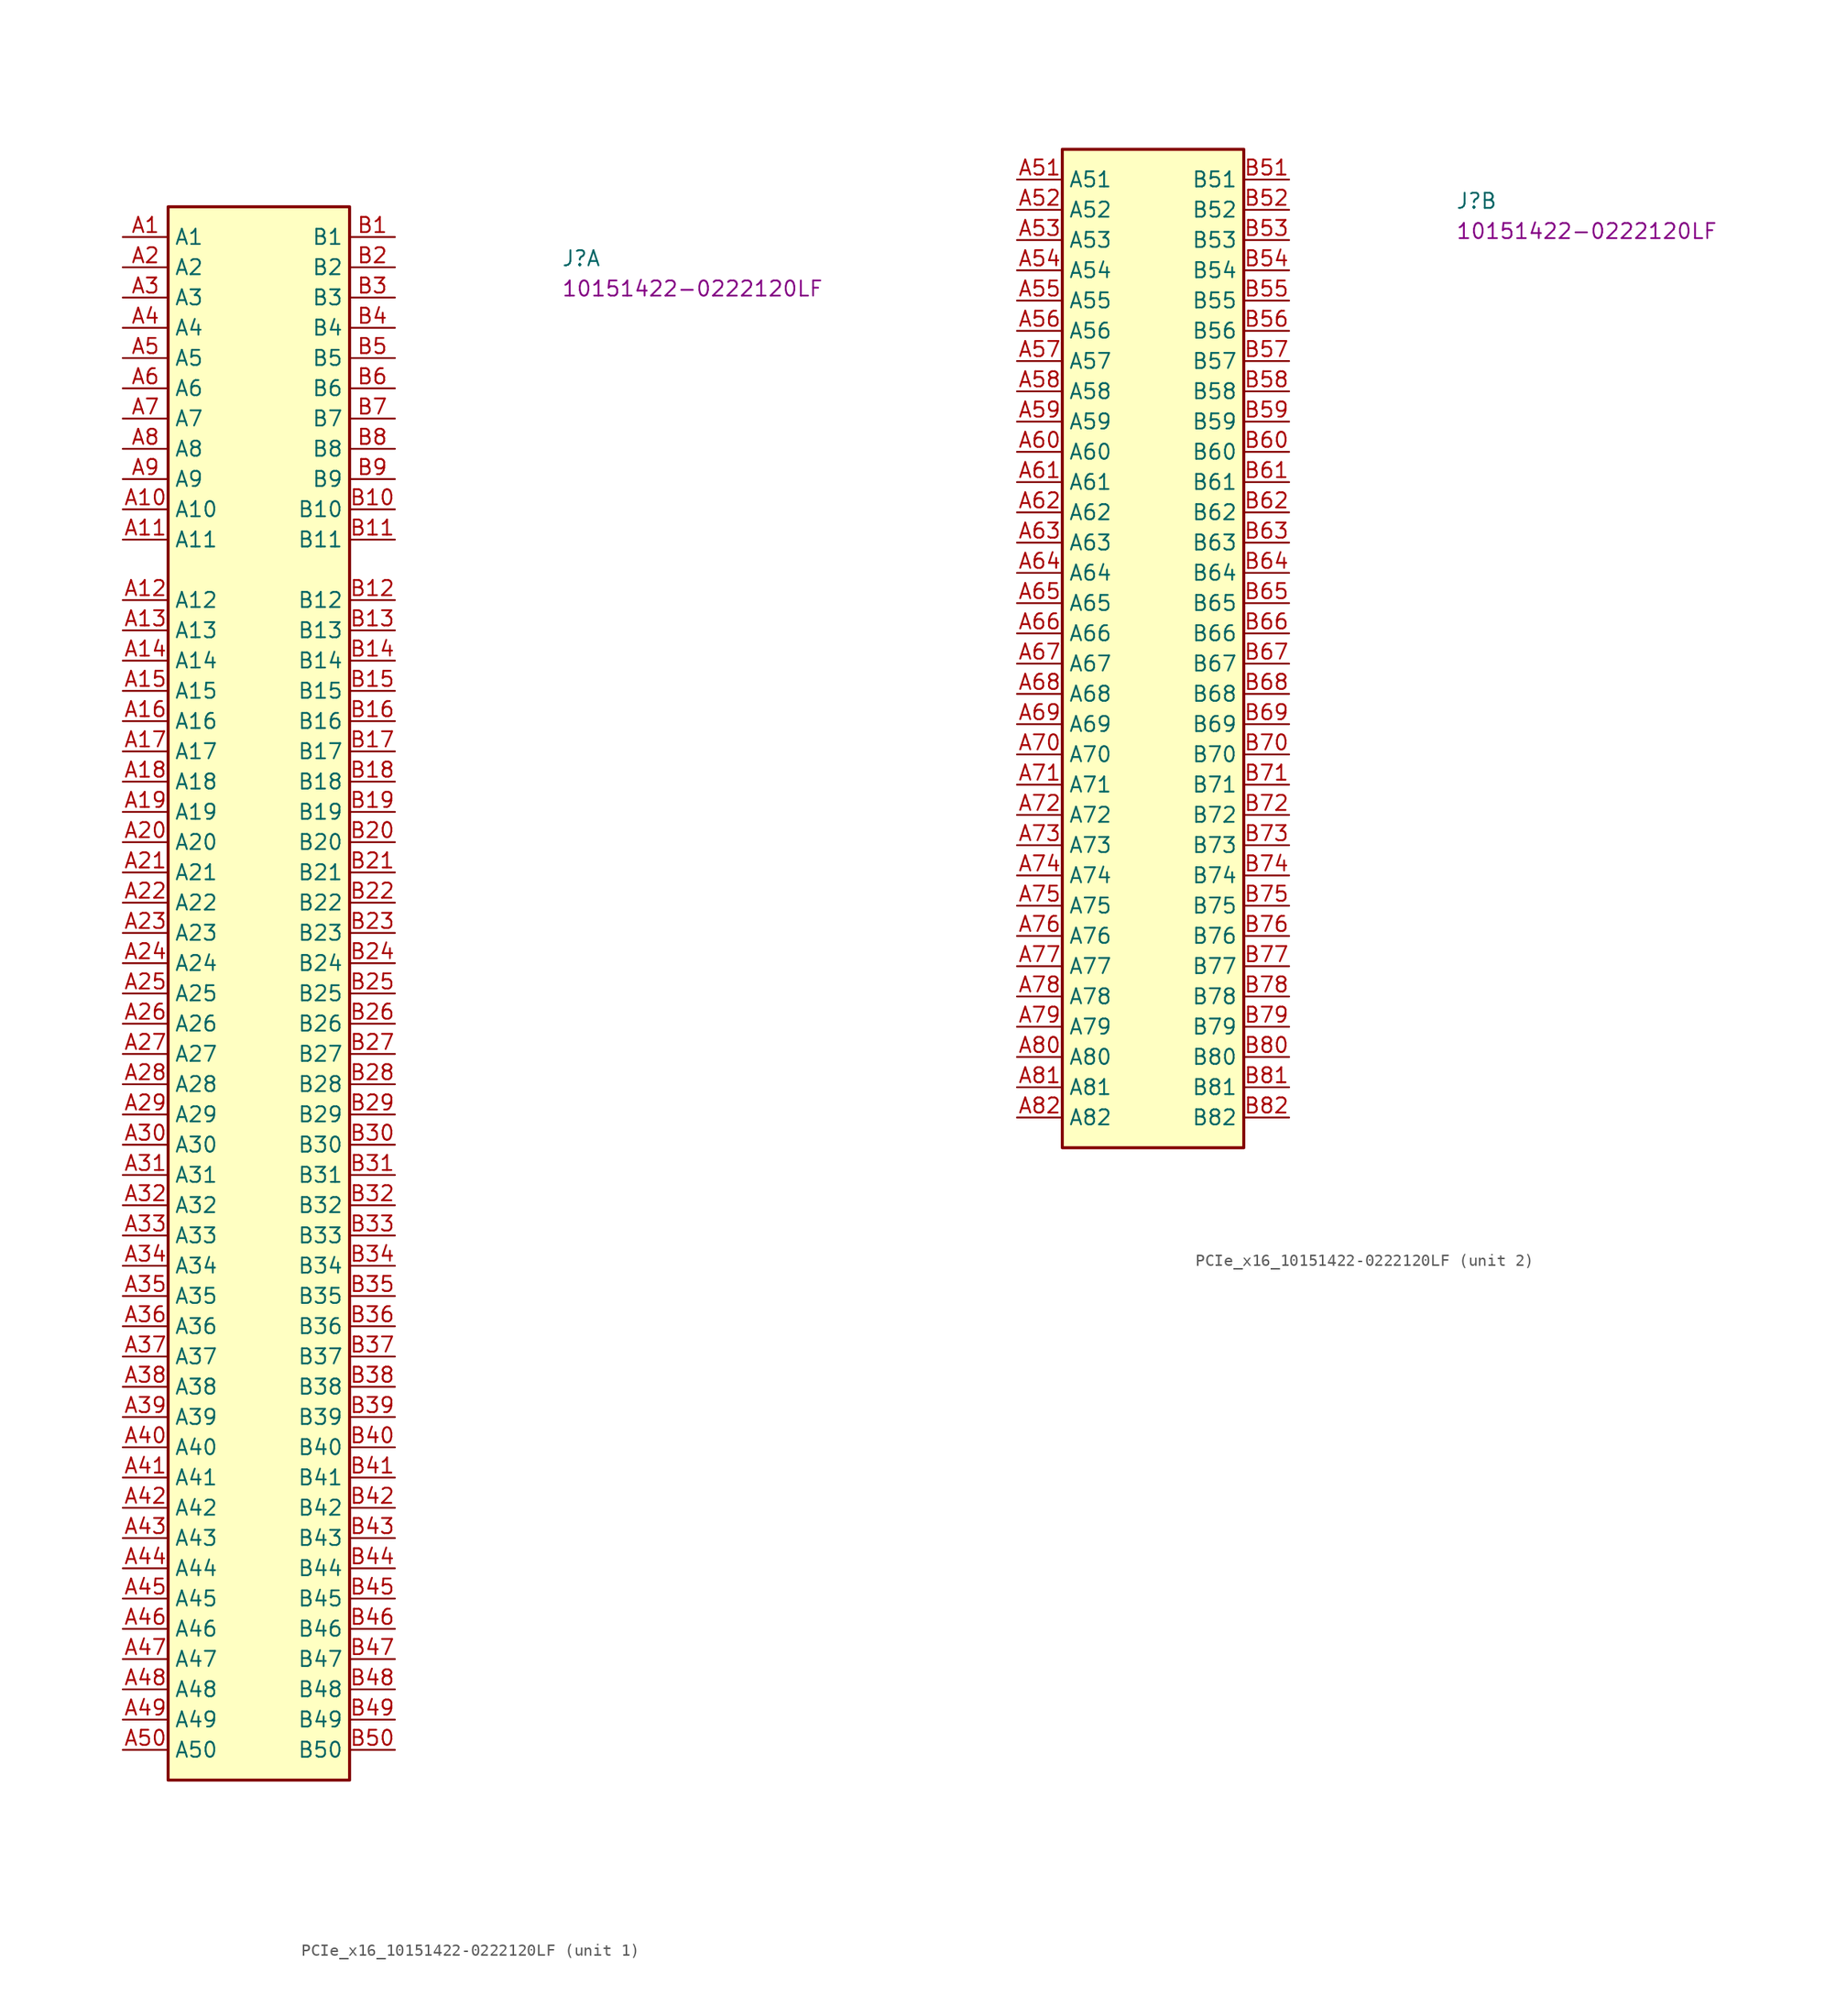
<source format=kicad_sym>
(kicad_symbol_lib
  (version 20220914)
  (generator kicad_symbol_editor)
  (symbol "PCIe_x16_10151422-0222120LF"
    (property "Reference" "J"
      (at 36.83 -2.54 0)
      (effects (font (size 1.27 1.27) (thickness 0.15)) (justify left bottom)))
    (property "MPN" "10151422-0222120LF"
      (at 36.83 -5.08 0)
      (effects (font (size 1.27 1.27) (thickness 0.15)) (justify left bottom)))
    (symbol "PCIe_x16_10151422-0222120LF_1_1"
      (rectangle (start 3.81 -129.54) (end 19.05 2.54) (stroke (width 0.254) (type default)) (fill (type background)))
      (pin passive line (at 0 0 0) (length 3.81) (name "A1" (effects (font (size 1.27 1.27)))) (number "A1" (effects (font (size 1.27 1.27)))))
      (pin passive line (at 0 -22.86 0) (length 3.81) (name "A10" (effects (font (size 1.27 1.27)))) (number "A10" (effects (font (size 1.27 1.27)))))
      (pin passive line (at 0 -25.4 0) (length 3.81) (name "A11" (effects (font (size 1.27 1.27)))) (number "A11" (effects (font (size 1.27 1.27)))))
      (pin passive line (at 0 -30.48 0) (length 3.81) (name "A12" (effects (font (size 1.27 1.27)))) (number "A12" (effects (font (size 1.27 1.27)))))
      (pin passive line (at 0 -33.02 0) (length 3.81) (name "A13" (effects (font (size 1.27 1.27)))) (number "A13" (effects (font (size 1.27 1.27)))))
      (pin passive line (at 0 -35.56 0) (length 3.81) (name "A14" (effects (font (size 1.27 1.27)))) (number "A14" (effects (font (size 1.27 1.27)))))
      (pin passive line (at 0 -38.1 0) (length 3.81) (name "A15" (effects (font (size 1.27 1.27)))) (number "A15" (effects (font (size 1.27 1.27)))))
      (pin passive line (at 0 -40.64 0) (length 3.81) (name "A16" (effects (font (size 1.27 1.27)))) (number "A16" (effects (font (size 1.27 1.27)))))
      (pin passive line (at 0 -43.18 0) (length 3.81) (name "A17" (effects (font (size 1.27 1.27)))) (number "A17" (effects (font (size 1.27 1.27)))))
      (pin passive line (at 0 -45.72 0) (length 3.81) (name "A18" (effects (font (size 1.27 1.27)))) (number "A18" (effects (font (size 1.27 1.27)))))
      (pin passive line (at 0 -48.26 0) (length 3.81) (name "A19" (effects (font (size 1.27 1.27)))) (number "A19" (effects (font (size 1.27 1.27)))))
      (pin passive line (at 0 -2.54 0) (length 3.81) (name "A2" (effects (font (size 1.27 1.27)))) (number "A2" (effects (font (size 1.27 1.27)))))
      (pin passive line (at 0 -50.8 0) (length 3.81) (name "A20" (effects (font (size 1.27 1.27)))) (number "A20" (effects (font (size 1.27 1.27)))))
      (pin passive line (at 0 -53.34 0) (length 3.81) (name "A21" (effects (font (size 1.27 1.27)))) (number "A21" (effects (font (size 1.27 1.27)))))
      (pin passive line (at 0 -55.88 0) (length 3.81) (name "A22" (effects (font (size 1.27 1.27)))) (number "A22" (effects (font (size 1.27 1.27)))))
      (pin passive line (at 0 -58.42 0) (length 3.81) (name "A23" (effects (font (size 1.27 1.27)))) (number "A23" (effects (font (size 1.27 1.27)))))
      (pin passive line (at 0 -60.96 0) (length 3.81) (name "A24" (effects (font (size 1.27 1.27)))) (number "A24" (effects (font (size 1.27 1.27)))))
      (pin passive line (at 0 -63.5 0) (length 3.81) (name "A25" (effects (font (size 1.27 1.27)))) (number "A25" (effects (font (size 1.27 1.27)))))
      (pin passive line (at 0 -66.04 0) (length 3.81) (name "A26" (effects (font (size 1.27 1.27)))) (number "A26" (effects (font (size 1.27 1.27)))))
      (pin passive line (at 0 -68.58 0) (length 3.81) (name "A27" (effects (font (size 1.27 1.27)))) (number "A27" (effects (font (size 1.27 1.27)))))
      (pin passive line (at 0 -71.12 0) (length 3.81) (name "A28" (effects (font (size 1.27 1.27)))) (number "A28" (effects (font (size 1.27 1.27)))))
      (pin passive line (at 0 -73.66 0) (length 3.81) (name "A29" (effects (font (size 1.27 1.27)))) (number "A29" (effects (font (size 1.27 1.27)))))
      (pin passive line (at 0 -5.08 0) (length 3.81) (name "A3" (effects (font (size 1.27 1.27)))) (number "A3" (effects (font (size 1.27 1.27)))))
      (pin passive line (at 0 -76.2 0) (length 3.81) (name "A30" (effects (font (size 1.27 1.27)))) (number "A30" (effects (font (size 1.27 1.27)))))
      (pin passive line (at 0 -78.74 0) (length 3.81) (name "A31" (effects (font (size 1.27 1.27)))) (number "A31" (effects (font (size 1.27 1.27)))))
      (pin passive line (at 0 -81.28 0) (length 3.81) (name "A32" (effects (font (size 1.27 1.27)))) (number "A32" (effects (font (size 1.27 1.27)))))
      (pin passive line (at 0 -83.82 0) (length 3.81) (name "A33" (effects (font (size 1.27 1.27)))) (number "A33" (effects (font (size 1.27 1.27)))))
      (pin passive line (at 0 -86.36 0) (length 3.81) (name "A34" (effects (font (size 1.27 1.27)))) (number "A34" (effects (font (size 1.27 1.27)))))
      (pin passive line (at 0 -88.9 0) (length 3.81) (name "A35" (effects (font (size 1.27 1.27)))) (number "A35" (effects (font (size 1.27 1.27)))))
      (pin passive line (at 0 -91.44 0) (length 3.81) (name "A36" (effects (font (size 1.27 1.27)))) (number "A36" (effects (font (size 1.27 1.27)))))
      (pin passive line (at 0 -93.98 0) (length 3.81) (name "A37" (effects (font (size 1.27 1.27)))) (number "A37" (effects (font (size 1.27 1.27)))))
      (pin passive line (at 0 -96.52 0) (length 3.81) (name "A38" (effects (font (size 1.27 1.27)))) (number "A38" (effects (font (size 1.27 1.27)))))
      (pin passive line (at 0 -99.06 0) (length 3.81) (name "A39" (effects (font (size 1.27 1.27)))) (number "A39" (effects (font (size 1.27 1.27)))))
      (pin passive line (at 0 -7.62 0) (length 3.81) (name "A4" (effects (font (size 1.27 1.27)))) (number "A4" (effects (font (size 1.27 1.27)))))
      (pin passive line (at 0 -101.6 0) (length 3.81) (name "A40" (effects (font (size 1.27 1.27)))) (number "A40" (effects (font (size 1.27 1.27)))))
      (pin passive line (at 0 -104.14 0) (length 3.81) (name "A41" (effects (font (size 1.27 1.27)))) (number "A41" (effects (font (size 1.27 1.27)))))
      (pin passive line (at 0 -106.68 0) (length 3.81) (name "A42" (effects (font (size 1.27 1.27)))) (number "A42" (effects (font (size 1.27 1.27)))))
      (pin passive line (at 0 -109.22 0) (length 3.81) (name "A43" (effects (font (size 1.27 1.27)))) (number "A43" (effects (font (size 1.27 1.27)))))
      (pin passive line (at 0 -111.76 0) (length 3.81) (name "A44" (effects (font (size 1.27 1.27)))) (number "A44" (effects (font (size 1.27 1.27)))))
      (pin passive line (at 0 -114.3 0) (length 3.81) (name "A45" (effects (font (size 1.27 1.27)))) (number "A45" (effects (font (size 1.27 1.27)))))
      (pin passive line (at 0 -116.84 0) (length 3.81) (name "A46" (effects (font (size 1.27 1.27)))) (number "A46" (effects (font (size 1.27 1.27)))))
      (pin passive line (at 0 -119.38 0) (length 3.81) (name "A47" (effects (font (size 1.27 1.27)))) (number "A47" (effects (font (size 1.27 1.27)))))
      (pin passive line (at 0 -121.92 0) (length 3.81) (name "A48" (effects (font (size 1.27 1.27)))) (number "A48" (effects (font (size 1.27 1.27)))))
      (pin passive line (at 0 -124.46 0) (length 3.81) (name "A49" (effects (font (size 1.27 1.27)))) (number "A49" (effects (font (size 1.27 1.27)))))
      (pin passive line (at 0 -10.16 0) (length 3.81) (name "A5" (effects (font (size 1.27 1.27)))) (number "A5" (effects (font (size 1.27 1.27)))))
      (pin passive line (at 0 -127 0) (length 3.81) (name "A50" (effects (font (size 1.27 1.27)))) (number "A50" (effects (font (size 1.27 1.27)))))
      (pin passive line (at 0 -12.7 0) (length 3.81) (name "A6" (effects (font (size 1.27 1.27)))) (number "A6" (effects (font (size 1.27 1.27)))))
      (pin passive line (at 0 -15.24 0) (length 3.81) (name "A7" (effects (font (size 1.27 1.27)))) (number "A7" (effects (font (size 1.27 1.27)))))
      (pin passive line (at 0 -17.78 0) (length 3.81) (name "A8" (effects (font (size 1.27 1.27)))) (number "A8" (effects (font (size 1.27 1.27)))))
      (pin passive line (at 0 -20.32 0) (length 3.81) (name "A9" (effects (font (size 1.27 1.27)))) (number "A9" (effects (font (size 1.27 1.27)))))
      (pin passive line (at 22.86 0 180) (length 3.81) (name "B1" (effects (font (size 1.27 1.27)))) (number "B1" (effects (font (size 1.27 1.27)))))
      (pin passive line (at 22.86 -22.86 180) (length 3.81) (name "B10" (effects (font (size 1.27 1.27)))) (number "B10" (effects (font (size 1.27 1.27)))))
      (pin passive line (at 22.86 -25.4 180) (length 3.81) (name "B11" (effects (font (size 1.27 1.27)))) (number "B11" (effects (font (size 1.27 1.27)))))
      (pin passive line (at 22.86 -30.48 180) (length 3.81) (name "B12" (effects (font (size 1.27 1.27)))) (number "B12" (effects (font (size 1.27 1.27)))))
      (pin passive line (at 22.86 -33.02 180) (length 3.81) (name "B13" (effects (font (size 1.27 1.27)))) (number "B13" (effects (font (size 1.27 1.27)))))
      (pin passive line (at 22.86 -35.56 180) (length 3.81) (name "B14" (effects (font (size 1.27 1.27)))) (number "B14" (effects (font (size 1.27 1.27)))))
      (pin passive line (at 22.86 -38.1 180) (length 3.81) (name "B15" (effects (font (size 1.27 1.27)))) (number "B15" (effects (font (size 1.27 1.27)))))
      (pin passive line (at 22.86 -40.64 180) (length 3.81) (name "B16" (effects (font (size 1.27 1.27)))) (number "B16" (effects (font (size 1.27 1.27)))))
      (pin passive line (at 22.86 -43.18 180) (length 3.81) (name "B17" (effects (font (size 1.27 1.27)))) (number "B17" (effects (font (size 1.27 1.27)))))
      (pin passive line (at 22.86 -45.72 180) (length 3.81) (name "B18" (effects (font (size 1.27 1.27)))) (number "B18" (effects (font (size 1.27 1.27)))))
      (pin passive line (at 22.86 -48.26 180) (length 3.81) (name "B19" (effects (font (size 1.27 1.27)))) (number "B19" (effects (font (size 1.27 1.27)))))
      (pin passive line (at 22.86 -2.54 180) (length 3.81) (name "B2" (effects (font (size 1.27 1.27)))) (number "B2" (effects (font (size 1.27 1.27)))))
      (pin passive line (at 22.86 -50.8 180) (length 3.81) (name "B20" (effects (font (size 1.27 1.27)))) (number "B20" (effects (font (size 1.27 1.27)))))
      (pin passive line (at 22.86 -53.34 180) (length 3.81) (name "B21" (effects (font (size 1.27 1.27)))) (number "B21" (effects (font (size 1.27 1.27)))))
      (pin passive line (at 22.86 -55.88 180) (length 3.81) (name "B22" (effects (font (size 1.27 1.27)))) (number "B22" (effects (font (size 1.27 1.27)))))
      (pin passive line (at 22.86 -58.42 180) (length 3.81) (name "B23" (effects (font (size 1.27 1.27)))) (number "B23" (effects (font (size 1.27 1.27)))))
      (pin passive line (at 22.86 -60.96 180) (length 3.81) (name "B24" (effects (font (size 1.27 1.27)))) (number "B24" (effects (font (size 1.27 1.27)))))
      (pin passive line (at 22.86 -63.5 180) (length 3.81) (name "B25" (effects (font (size 1.27 1.27)))) (number "B25" (effects (font (size 1.27 1.27)))))
      (pin passive line (at 22.86 -66.04 180) (length 3.81) (name "B26" (effects (font (size 1.27 1.27)))) (number "B26" (effects (font (size 1.27 1.27)))))
      (pin passive line (at 22.86 -68.58 180) (length 3.81) (name "B27" (effects (font (size 1.27 1.27)))) (number "B27" (effects (font (size 1.27 1.27)))))
      (pin passive line (at 22.86 -71.12 180) (length 3.81) (name "B28" (effects (font (size 1.27 1.27)))) (number "B28" (effects (font (size 1.27 1.27)))))
      (pin passive line (at 22.86 -73.66 180) (length 3.81) (name "B29" (effects (font (size 1.27 1.27)))) (number "B29" (effects (font (size 1.27 1.27)))))
      (pin passive line (at 22.86 -5.08 180) (length 3.81) (name "B3" (effects (font (size 1.27 1.27)))) (number "B3" (effects (font (size 1.27 1.27)))))
      (pin passive line (at 22.86 -76.2 180) (length 3.81) (name "B30" (effects (font (size 1.27 1.27)))) (number "B30" (effects (font (size 1.27 1.27)))))
      (pin passive line (at 22.86 -78.74 180) (length 3.81) (name "B31" (effects (font (size 1.27 1.27)))) (number "B31" (effects (font (size 1.27 1.27)))))
      (pin passive line (at 22.86 -81.28 180) (length 3.81) (name "B32" (effects (font (size 1.27 1.27)))) (number "B32" (effects (font (size 1.27 1.27)))))
      (pin passive line (at 22.86 -83.82 180) (length 3.81) (name "B33" (effects (font (size 1.27 1.27)))) (number "B33" (effects (font (size 1.27 1.27)))))
      (pin passive line (at 22.86 -86.36 180) (length 3.81) (name "B34" (effects (font (size 1.27 1.27)))) (number "B34" (effects (font (size 1.27 1.27)))))
      (pin passive line (at 22.86 -88.9 180) (length 3.81) (name "B35" (effects (font (size 1.27 1.27)))) (number "B35" (effects (font (size 1.27 1.27)))))
      (pin passive line (at 22.86 -91.44 180) (length 3.81) (name "B36" (effects (font (size 1.27 1.27)))) (number "B36" (effects (font (size 1.27 1.27)))))
      (pin passive line (at 22.86 -93.98 180) (length 3.81) (name "B37" (effects (font (size 1.27 1.27)))) (number "B37" (effects (font (size 1.27 1.27)))))
      (pin passive line (at 22.86 -96.52 180) (length 3.81) (name "B38" (effects (font (size 1.27 1.27)))) (number "B38" (effects (font (size 1.27 1.27)))))
      (pin passive line (at 22.86 -99.06 180) (length 3.81) (name "B39" (effects (font (size 1.27 1.27)))) (number "B39" (effects (font (size 1.27 1.27)))))
      (pin passive line (at 22.86 -7.62 180) (length 3.81) (name "B4" (effects (font (size 1.27 1.27)))) (number "B4" (effects (font (size 1.27 1.27)))))
      (pin passive line (at 22.86 -101.6 180) (length 3.81) (name "B40" (effects (font (size 1.27 1.27)))) (number "B40" (effects (font (size 1.27 1.27)))))
      (pin passive line (at 22.86 -104.14 180) (length 3.81) (name "B41" (effects (font (size 1.27 1.27)))) (number "B41" (effects (font (size 1.27 1.27)))))
      (pin passive line (at 22.86 -106.68 180) (length 3.81) (name "B42" (effects (font (size 1.27 1.27)))) (number "B42" (effects (font (size 1.27 1.27)))))
      (pin passive line (at 22.86 -109.22 180) (length 3.81) (name "B43" (effects (font (size 1.27 1.27)))) (number "B43" (effects (font (size 1.27 1.27)))))
      (pin passive line (at 22.86 -111.76 180) (length 3.81) (name "B44" (effects (font (size 1.27 1.27)))) (number "B44" (effects (font (size 1.27 1.27)))))
      (pin passive line (at 22.86 -114.3 180) (length 3.81) (name "B45" (effects (font (size 1.27 1.27)))) (number "B45" (effects (font (size 1.27 1.27)))))
      (pin passive line (at 22.86 -116.84 180) (length 3.81) (name "B46" (effects (font (size 1.27 1.27)))) (number "B46" (effects (font (size 1.27 1.27)))))
      (pin passive line (at 22.86 -119.38 180) (length 3.81) (name "B47" (effects (font (size 1.27 1.27)))) (number "B47" (effects (font (size 1.27 1.27)))))
      (pin passive line (at 22.86 -121.92 180) (length 3.81) (name "B48" (effects (font (size 1.27 1.27)))) (number "B48" (effects (font (size 1.27 1.27)))))
      (pin passive line (at 22.86 -124.46 180) (length 3.81) (name "B49" (effects (font (size 1.27 1.27)))) (number "B49" (effects (font (size 1.27 1.27)))))
      (pin passive line (at 22.86 -10.16 180) (length 3.81) (name "B5" (effects (font (size 1.27 1.27)))) (number "B5" (effects (font (size 1.27 1.27)))))
      (pin passive line (at 22.86 -127 180) (length 3.81) (name "B50" (effects (font (size 1.27 1.27)))) (number "B50" (effects (font (size 1.27 1.27)))))
      (pin passive line (at 22.86 -12.7 180) (length 3.81) (name "B6" (effects (font (size 1.27 1.27)))) (number "B6" (effects (font (size 1.27 1.27)))))
      (pin passive line (at 22.86 -15.24 180) (length 3.81) (name "B7" (effects (font (size 1.27 1.27)))) (number "B7" (effects (font (size 1.27 1.27)))))
      (pin passive line (at 22.86 -17.78 180) (length 3.81) (name "B8" (effects (font (size 1.27 1.27)))) (number "B8" (effects (font (size 1.27 1.27)))))
      (pin passive line (at 22.86 -20.32 180) (length 3.81) (name "B9" (effects (font (size 1.27 1.27)))) (number "B9" (effects (font (size 1.27 1.27))))))
    (symbol "PCIe_x16_10151422-0222120LF_2_1"
      (rectangle (start 3.81 -81.28) (end 19.05 2.54) (stroke (width 0.254) (type default)) (fill (type background)))
      (pin passive line (at 0 0 0) (length 3.81) (name "A51" (effects (font (size 1.27 1.27)))) (number "A51" (effects (font (size 1.27 1.27)))))
      (pin passive line (at 0 -2.54 0) (length 3.81) (name "A52" (effects (font (size 1.27 1.27)))) (number "A52" (effects (font (size 1.27 1.27)))))
      (pin passive line (at 0 -5.08 0) (length 3.81) (name "A53" (effects (font (size 1.27 1.27)))) (number "A53" (effects (font (size 1.27 1.27)))))
      (pin passive line (at 0 -7.62 0) (length 3.81) (name "A54" (effects (font (size 1.27 1.27)))) (number "A54" (effects (font (size 1.27 1.27)))))
      (pin passive line (at 0 -10.16 0) (length 3.81) (name "A55" (effects (font (size 1.27 1.27)))) (number "A55" (effects (font (size 1.27 1.27)))))
      (pin passive line (at 0 -12.7 0) (length 3.81) (name "A56" (effects (font (size 1.27 1.27)))) (number "A56" (effects (font (size 1.27 1.27)))))
      (pin passive line (at 0 -15.24 0) (length 3.81) (name "A57" (effects (font (size 1.27 1.27)))) (number "A57" (effects (font (size 1.27 1.27)))))
      (pin passive line (at 0 -17.78 0) (length 3.81) (name "A58" (effects (font (size 1.27 1.27)))) (number "A58" (effects (font (size 1.27 1.27)))))
      (pin passive line (at 0 -20.32 0) (length 3.81) (name "A59" (effects (font (size 1.27 1.27)))) (number "A59" (effects (font (size 1.27 1.27)))))
      (pin passive line (at 0 -22.86 0) (length 3.81) (name "A60" (effects (font (size 1.27 1.27)))) (number "A60" (effects (font (size 1.27 1.27)))))
      (pin passive line (at 0 -25.4 0) (length 3.81) (name "A61" (effects (font (size 1.27 1.27)))) (number "A61" (effects (font (size 1.27 1.27)))))
      (pin passive line (at 0 -27.94 0) (length 3.81) (name "A62" (effects (font (size 1.27 1.27)))) (number "A62" (effects (font (size 1.27 1.27)))))
      (pin passive line (at 0 -30.48 0) (length 3.81) (name "A63" (effects (font (size 1.27 1.27)))) (number "A63" (effects (font (size 1.27 1.27)))))
      (pin passive line (at 0 -33.02 0) (length 3.81) (name "A64" (effects (font (size 1.27 1.27)))) (number "A64" (effects (font (size 1.27 1.27)))))
      (pin passive line (at 0 -35.56 0) (length 3.81) (name "A65" (effects (font (size 1.27 1.27)))) (number "A65" (effects (font (size 1.27 1.27)))))
      (pin passive line (at 0 -38.1 0) (length 3.81) (name "A66" (effects (font (size 1.27 1.27)))) (number "A66" (effects (font (size 1.27 1.27)))))
      (pin passive line (at 0 -40.64 0) (length 3.81) (name "A67" (effects (font (size 1.27 1.27)))) (number "A67" (effects (font (size 1.27 1.27)))))
      (pin passive line (at 0 -43.18 0) (length 3.81) (name "A68" (effects (font (size 1.27 1.27)))) (number "A68" (effects (font (size 1.27 1.27)))))
      (pin passive line (at 0 -45.72 0) (length 3.81) (name "A69" (effects (font (size 1.27 1.27)))) (number "A69" (effects (font (size 1.27 1.27)))))
      (pin passive line (at 0 -48.26 0) (length 3.81) (name "A70" (effects (font (size 1.27 1.27)))) (number "A70" (effects (font (size 1.27 1.27)))))
      (pin passive line (at 0 -50.8 0) (length 3.81) (name "A71" (effects (font (size 1.27 1.27)))) (number "A71" (effects (font (size 1.27 1.27)))))
      (pin passive line (at 0 -53.34 0) (length 3.81) (name "A72" (effects (font (size 1.27 1.27)))) (number "A72" (effects (font (size 1.27 1.27)))))
      (pin passive line (at 0 -55.88 0) (length 3.81) (name "A73" (effects (font (size 1.27 1.27)))) (number "A73" (effects (font (size 1.27 1.27)))))
      (pin passive line (at 0 -58.42 0) (length 3.81) (name "A74" (effects (font (size 1.27 1.27)))) (number "A74" (effects (font (size 1.27 1.27)))))
      (pin passive line (at 0 -60.96 0) (length 3.81) (name "A75" (effects (font (size 1.27 1.27)))) (number "A75" (effects (font (size 1.27 1.27)))))
      (pin passive line (at 0 -63.5 0) (length 3.81) (name "A76" (effects (font (size 1.27 1.27)))) (number "A76" (effects (font (size 1.27 1.27)))))
      (pin passive line (at 0 -66.04 0) (length 3.81) (name "A77" (effects (font (size 1.27 1.27)))) (number "A77" (effects (font (size 1.27 1.27)))))
      (pin passive line (at 0 -68.58 0) (length 3.81) (name "A78" (effects (font (size 1.27 1.27)))) (number "A78" (effects (font (size 1.27 1.27)))))
      (pin passive line (at 0 -71.12 0) (length 3.81) (name "A79" (effects (font (size 1.27 1.27)))) (number "A79" (effects (font (size 1.27 1.27)))))
      (pin passive line (at 0 -73.66 0) (length 3.81) (name "A80" (effects (font (size 1.27 1.27)))) (number "A80" (effects (font (size 1.27 1.27)))))
      (pin passive line (at 0 -76.2 0) (length 3.81) (name "A81" (effects (font (size 1.27 1.27)))) (number "A81" (effects (font (size 1.27 1.27)))))
      (pin passive line (at 0 -78.74 0) (length 3.81) (name "A82" (effects (font (size 1.27 1.27)))) (number "A82" (effects (font (size 1.27 1.27)))))
      (pin passive line (at 22.86 0 180) (length 3.81) (name "B51" (effects (font (size 1.27 1.27)))) (number "B51" (effects (font (size 1.27 1.27)))))
      (pin passive line (at 22.86 -2.54 180) (length 3.81) (name "B52" (effects (font (size 1.27 1.27)))) (number "B52" (effects (font (size 1.27 1.27)))))
      (pin passive line (at 22.86 -5.08 180) (length 3.81) (name "B53" (effects (font (size 1.27 1.27)))) (number "B53" (effects (font (size 1.27 1.27)))))
      (pin passive line (at 22.86 -7.62 180) (length 3.81) (name "B54" (effects (font (size 1.27 1.27)))) (number "B54" (effects (font (size 1.27 1.27)))))
      (pin passive line (at 22.86 -10.16 180) (length 3.81) (name "B55" (effects (font (size 1.27 1.27)))) (number "B55" (effects (font (size 1.27 1.27)))))
      (pin passive line (at 22.86 -12.7 180) (length 3.81) (name "B56" (effects (font (size 1.27 1.27)))) (number "B56" (effects (font (size 1.27 1.27)))))
      (pin passive line (at 22.86 -15.24 180) (length 3.81) (name "B57" (effects (font (size 1.27 1.27)))) (number "B57" (effects (font (size 1.27 1.27)))))
      (pin passive line (at 22.86 -17.78 180) (length 3.81) (name "B58" (effects (font (size 1.27 1.27)))) (number "B58" (effects (font (size 1.27 1.27)))))
      (pin passive line (at 22.86 -20.32 180) (length 3.81) (name "B59" (effects (font (size 1.27 1.27)))) (number "B59" (effects (font (size 1.27 1.27)))))
      (pin passive line (at 22.86 -22.86 180) (length 3.81) (name "B60" (effects (font (size 1.27 1.27)))) (number "B60" (effects (font (size 1.27 1.27)))))
      (pin passive line (at 22.86 -25.4 180) (length 3.81) (name "B61" (effects (font (size 1.27 1.27)))) (number "B61" (effects (font (size 1.27 1.27)))))
      (pin passive line (at 22.86 -27.94 180) (length 3.81) (name "B62" (effects (font (size 1.27 1.27)))) (number "B62" (effects (font (size 1.27 1.27)))))
      (pin passive line (at 22.86 -30.48 180) (length 3.81) (name "B63" (effects (font (size 1.27 1.27)))) (number "B63" (effects (font (size 1.27 1.27)))))
      (pin passive line (at 22.86 -33.02 180) (length 3.81) (name "B64" (effects (font (size 1.27 1.27)))) (number "B64" (effects (font (size 1.27 1.27)))))
      (pin passive line (at 22.86 -35.56 180) (length 3.81) (name "B65" (effects (font (size 1.27 1.27)))) (number "B65" (effects (font (size 1.27 1.27)))))
      (pin passive line (at 22.86 -38.1 180) (length 3.81) (name "B66" (effects (font (size 1.27 1.27)))) (number "B66" (effects (font (size 1.27 1.27)))))
      (pin passive line (at 22.86 -40.64 180) (length 3.81) (name "B67" (effects (font (size 1.27 1.27)))) (number "B67" (effects (font (size 1.27 1.27)))))
      (pin passive line (at 22.86 -43.18 180) (length 3.81) (name "B68" (effects (font (size 1.27 1.27)))) (number "B68" (effects (font (size 1.27 1.27)))))
      (pin passive line (at 22.86 -45.72 180) (length 3.81) (name "B69" (effects (font (size 1.27 1.27)))) (number "B69" (effects (font (size 1.27 1.27)))))
      (pin passive line (at 22.86 -48.26 180) (length 3.81) (name "B70" (effects (font (size 1.27 1.27)))) (number "B70" (effects (font (size 1.27 1.27)))))
      (pin passive line (at 22.86 -50.8 180) (length 3.81) (name "B71" (effects (font (size 1.27 1.27)))) (number "B71" (effects (font (size 1.27 1.27)))))
      (pin passive line (at 22.86 -53.34 180) (length 3.81) (name "B72" (effects (font (size 1.27 1.27)))) (number "B72" (effects (font (size 1.27 1.27)))))
      (pin passive line (at 22.86 -55.88 180) (length 3.81) (name "B73" (effects (font (size 1.27 1.27)))) (number "B73" (effects (font (size 1.27 1.27)))))
      (pin passive line (at 22.86 -58.42 180) (length 3.81) (name "B74" (effects (font (size 1.27 1.27)))) (number "B74" (effects (font (size 1.27 1.27)))))
      (pin passive line (at 22.86 -60.96 180) (length 3.81) (name "B75" (effects (font (size 1.27 1.27)))) (number "B75" (effects (font (size 1.27 1.27)))))
      (pin passive line (at 22.86 -63.5 180) (length 3.81) (name "B76" (effects (font (size 1.27 1.27)))) (number "B76" (effects (font (size 1.27 1.27)))))
      (pin passive line (at 22.86 -66.04 180) (length 3.81) (name "B77" (effects (font (size 1.27 1.27)))) (number "B77" (effects (font (size 1.27 1.27)))))
      (pin passive line (at 22.86 -68.58 180) (length 3.81) (name "B78" (effects (font (size 1.27 1.27)))) (number "B78" (effects (font (size 1.27 1.27)))))
      (pin passive line (at 22.86 -71.12 180) (length 3.81) (name "B79" (effects (font (size 1.27 1.27)))) (number "B79" (effects (font (size 1.27 1.27)))))
      (pin passive line (at 22.86 -73.66 180) (length 3.81) (name "B80" (effects (font (size 1.27 1.27)))) (number "B80" (effects (font (size 1.27 1.27)))))
      (pin passive line (at 22.86 -76.2 180) (length 3.81) (name "B81" (effects (font (size 1.27 1.27)))) (number "B81" (effects (font (size 1.27 1.27)))))
      (pin passive line (at 22.86 -78.74 180) (length 3.81) (name "B82" (effects (font (size 1.27 1.27)))) (number "B82" (effects (font (size 1.27 1.27))))))))
</source>
